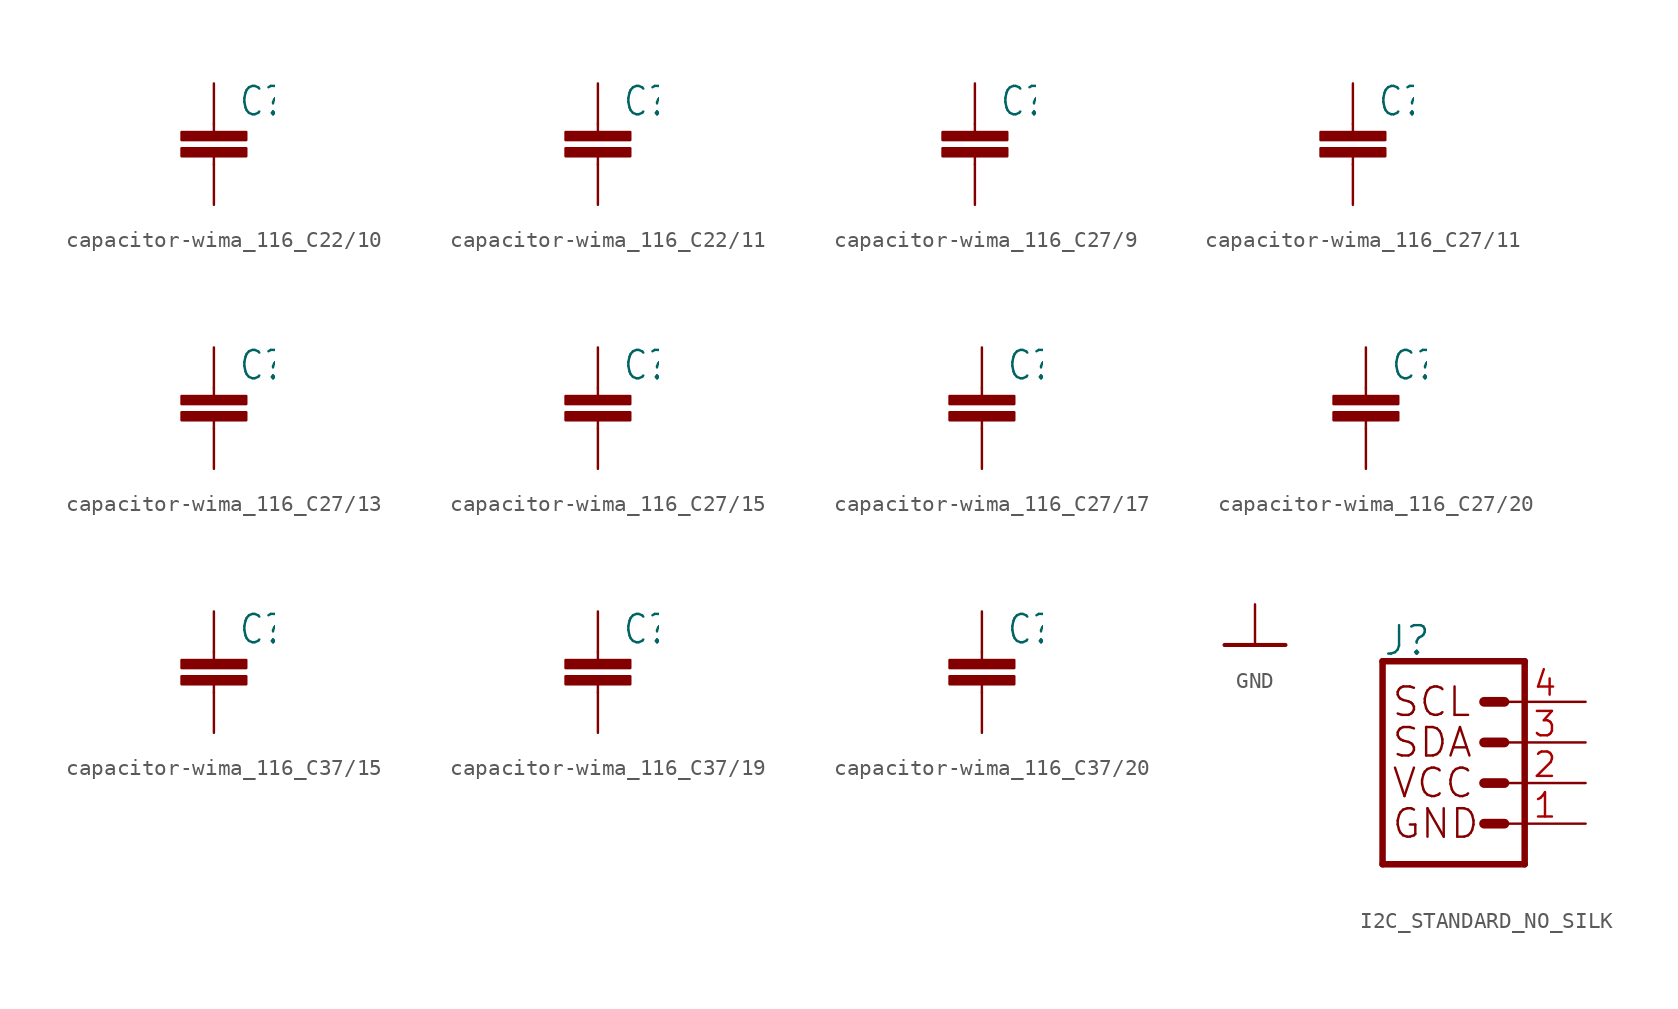
<source format=kicad_sym>
(kicad_symbol_lib
  (version 20241209)
  (generator "kicad_symbol_editor")
  (generator_version "9.0")
  (symbol "capacitor-wima_116_C22/10"
    (property "Reference" "C"
      (at 1.524 0.381 0)
      (effects (font (size 1.778 1.511)) (justify left bottom)))
    (property "Value" ""
      (at 1.524 -4.699 0)
      (effects (font (size 1.778 1.511)) (justify left bottom)))
    (property "ki_locked" ""
      (at 0 0 0)
      (effects (font (size 1.27 1.27))))
    (symbol "capacitor-wima_116_C22/10_1_0"
      (rectangle (start -2.032 -1.016) (end 2.032 -0.508) (stroke (width 0) (type default)) (fill (type outline)))
      (rectangle (start -2.032 -2.032) (end 2.032 -1.524) (stroke (width 0) (type default)) (fill (type outline)))
      (polyline (pts (xy 0 0) (xy 0 -0.508)) (stroke (width 0.152) (type solid)) (fill (type none)))
      (polyline (pts (xy 0 -2.54) (xy 0 -2.032)) (stroke (width 0.152) (type solid)) (fill (type none)))
      (pin passive line (at 0 2.54 270) (length 2.54) (name "1" (effects (font (size 0 0)))) (number "1" (effects (font (size 0 0)))))
      (pin passive line (at 0 -5.08 90) (length 2.54) (name "2" (effects (font (size 0 0)))) (number "2" (effects (font (size 0 0)))))))
  (symbol "capacitor-wima_116_C22/11"
    (property "Reference" "C"
      (at 1.524 0.381 0)
      (effects (font (size 1.778 1.511)) (justify left bottom)))
    (property "Value" ""
      (at 1.524 -4.699 0)
      (effects (font (size 1.778 1.511)) (justify left bottom)))
    (property "ki_locked" ""
      (at 0 0 0)
      (effects (font (size 1.27 1.27))))
    (symbol "capacitor-wima_116_C22/11_1_0"
      (rectangle (start -2.032 -1.016) (end 2.032 -0.508) (stroke (width 0) (type default)) (fill (type outline)))
      (rectangle (start -2.032 -2.032) (end 2.032 -1.524) (stroke (width 0) (type default)) (fill (type outline)))
      (polyline (pts (xy 0 0) (xy 0 -0.508)) (stroke (width 0.152) (type solid)) (fill (type none)))
      (polyline (pts (xy 0 -2.54) (xy 0 -2.032)) (stroke (width 0.152) (type solid)) (fill (type none)))
      (pin passive line (at 0 2.54 270) (length 2.54) (name "1" (effects (font (size 0 0)))) (number "1" (effects (font (size 0 0)))))
      (pin passive line (at 0 -5.08 90) (length 2.54) (name "2" (effects (font (size 0 0)))) (number "2" (effects (font (size 0 0)))))))
  (symbol "capacitor-wima_116_C27/9"
    (property "Reference" "C"
      (at 1.524 0.381 0)
      (effects (font (size 1.778 1.511)) (justify left bottom)))
    (property "Value" ""
      (at 1.524 -4.699 0)
      (effects (font (size 1.778 1.511)) (justify left bottom)))
    (property "ki_locked" ""
      (at 0 0 0)
      (effects (font (size 1.27 1.27))))
    (symbol "capacitor-wima_116_C27/9_1_0"
      (rectangle (start -2.032 -1.016) (end 2.032 -0.508) (stroke (width 0) (type default)) (fill (type outline)))
      (rectangle (start -2.032 -2.032) (end 2.032 -1.524) (stroke (width 0) (type default)) (fill (type outline)))
      (polyline (pts (xy 0 0) (xy 0 -0.508)) (stroke (width 0.152) (type solid)) (fill (type none)))
      (polyline (pts (xy 0 -2.54) (xy 0 -2.032)) (stroke (width 0.152) (type solid)) (fill (type none)))
      (pin passive line (at 0 2.54 270) (length 2.54) (name "1" (effects (font (size 0 0)))) (number "1" (effects (font (size 0 0)))))
      (pin passive line (at 0 -5.08 90) (length 2.54) (name "2" (effects (font (size 0 0)))) (number "2" (effects (font (size 0 0)))))))
  (symbol "capacitor-wima_116_C27/11"
    (property "Reference" "C"
      (at 1.524 0.381 0)
      (effects (font (size 1.778 1.511)) (justify left bottom)))
    (property "Value" ""
      (at 1.524 -4.699 0)
      (effects (font (size 1.778 1.511)) (justify left bottom)))
    (property "ki_locked" ""
      (at 0 0 0)
      (effects (font (size 1.27 1.27))))
    (symbol "capacitor-wima_116_C27/11_1_0"
      (rectangle (start -2.032 -1.016) (end 2.032 -0.508) (stroke (width 0) (type default)) (fill (type outline)))
      (rectangle (start -2.032 -2.032) (end 2.032 -1.524) (stroke (width 0) (type default)) (fill (type outline)))
      (polyline (pts (xy 0 0) (xy 0 -0.508)) (stroke (width 0.152) (type solid)) (fill (type none)))
      (polyline (pts (xy 0 -2.54) (xy 0 -2.032)) (stroke (width 0.152) (type solid)) (fill (type none)))
      (pin passive line (at 0 2.54 270) (length 2.54) (name "1" (effects (font (size 0 0)))) (number "1" (effects (font (size 0 0)))))
      (pin passive line (at 0 -5.08 90) (length 2.54) (name "2" (effects (font (size 0 0)))) (number "2" (effects (font (size 0 0)))))))
  (symbol "capacitor-wima_116_C27/13"
    (property "Reference" "C"
      (at 1.524 0.381 0)
      (effects (font (size 1.778 1.511)) (justify left bottom)))
    (property "Value" ""
      (at 1.524 -4.699 0)
      (effects (font (size 1.778 1.511)) (justify left bottom)))
    (property "ki_locked" ""
      (at 0 0 0)
      (effects (font (size 1.27 1.27))))
    (symbol "capacitor-wima_116_C27/13_1_0"
      (rectangle (start -2.032 -1.016) (end 2.032 -0.508) (stroke (width 0) (type default)) (fill (type outline)))
      (rectangle (start -2.032 -2.032) (end 2.032 -1.524) (stroke (width 0) (type default)) (fill (type outline)))
      (polyline (pts (xy 0 0) (xy 0 -0.508)) (stroke (width 0.152) (type solid)) (fill (type none)))
      (polyline (pts (xy 0 -2.54) (xy 0 -2.032)) (stroke (width 0.152) (type solid)) (fill (type none)))
      (pin passive line (at 0 2.54 270) (length 2.54) (name "1" (effects (font (size 0 0)))) (number "1" (effects (font (size 0 0)))))
      (pin passive line (at 0 -5.08 90) (length 2.54) (name "2" (effects (font (size 0 0)))) (number "2" (effects (font (size 0 0)))))))
  (symbol "capacitor-wima_116_C27/15"
    (property "Reference" "C"
      (at 1.524 0.381 0)
      (effects (font (size 1.778 1.511)) (justify left bottom)))
    (property "Value" ""
      (at 1.524 -4.699 0)
      (effects (font (size 1.778 1.511)) (justify left bottom)))
    (property "ki_locked" ""
      (at 0 0 0)
      (effects (font (size 1.27 1.27))))
    (symbol "capacitor-wima_116_C27/15_1_0"
      (rectangle (start -2.032 -1.016) (end 2.032 -0.508) (stroke (width 0) (type default)) (fill (type outline)))
      (rectangle (start -2.032 -2.032) (end 2.032 -1.524) (stroke (width 0) (type default)) (fill (type outline)))
      (polyline (pts (xy 0 0) (xy 0 -0.508)) (stroke (width 0.152) (type solid)) (fill (type none)))
      (polyline (pts (xy 0 -2.54) (xy 0 -2.032)) (stroke (width 0.152) (type solid)) (fill (type none)))
      (pin passive line (at 0 2.54 270) (length 2.54) (name "1" (effects (font (size 0 0)))) (number "1" (effects (font (size 0 0)))))
      (pin passive line (at 0 -5.08 90) (length 2.54) (name "2" (effects (font (size 0 0)))) (number "2" (effects (font (size 0 0)))))))
  (symbol "capacitor-wima_116_C27/17"
    (property "Reference" "C"
      (at 1.524 0.381 0)
      (effects (font (size 1.778 1.511)) (justify left bottom)))
    (property "Value" ""
      (at 1.524 -4.699 0)
      (effects (font (size 1.778 1.511)) (justify left bottom)))
    (property "ki_locked" ""
      (at 0 0 0)
      (effects (font (size 1.27 1.27))))
    (symbol "capacitor-wima_116_C27/17_1_0"
      (rectangle (start -2.032 -1.016) (end 2.032 -0.508) (stroke (width 0) (type default)) (fill (type outline)))
      (rectangle (start -2.032 -2.032) (end 2.032 -1.524) (stroke (width 0) (type default)) (fill (type outline)))
      (polyline (pts (xy 0 0) (xy 0 -0.508)) (stroke (width 0.152) (type solid)) (fill (type none)))
      (polyline (pts (xy 0 -2.54) (xy 0 -2.032)) (stroke (width 0.152) (type solid)) (fill (type none)))
      (pin passive line (at 0 2.54 270) (length 2.54) (name "1" (effects (font (size 0 0)))) (number "1" (effects (font (size 0 0)))))
      (pin passive line (at 0 -5.08 90) (length 2.54) (name "2" (effects (font (size 0 0)))) (number "2" (effects (font (size 0 0)))))))
  (symbol "capacitor-wima_116_C27/20"
    (property "Reference" "C"
      (at 1.524 0.381 0)
      (effects (font (size 1.778 1.511)) (justify left bottom)))
    (property "Value" ""
      (at 1.524 -4.699 0)
      (effects (font (size 1.778 1.511)) (justify left bottom)))
    (property "ki_locked" ""
      (at 0 0 0)
      (effects (font (size 1.27 1.27))))
    (symbol "capacitor-wima_116_C27/20_1_0"
      (rectangle (start -2.032 -1.016) (end 2.032 -0.508) (stroke (width 0) (type default)) (fill (type outline)))
      (rectangle (start -2.032 -2.032) (end 2.032 -1.524) (stroke (width 0) (type default)) (fill (type outline)))
      (polyline (pts (xy 0 0) (xy 0 -0.508)) (stroke (width 0.152) (type solid)) (fill (type none)))
      (polyline (pts (xy 0 -2.54) (xy 0 -2.032)) (stroke (width 0.152) (type solid)) (fill (type none)))
      (pin passive line (at 0 2.54 270) (length 2.54) (name "1" (effects (font (size 0 0)))) (number "1" (effects (font (size 0 0)))))
      (pin passive line (at 0 -5.08 90) (length 2.54) (name "2" (effects (font (size 0 0)))) (number "2" (effects (font (size 0 0)))))))
  (symbol "capacitor-wima_116_C37/15"
    (property "Reference" "C"
      (at 1.524 0.381 0)
      (effects (font (size 1.778 1.511)) (justify left bottom)))
    (property "Value" ""
      (at 1.524 -4.699 0)
      (effects (font (size 1.778 1.511)) (justify left bottom)))
    (property "ki_locked" ""
      (at 0 0 0)
      (effects (font (size 1.27 1.27))))
    (symbol "capacitor-wima_116_C37/15_1_0"
      (rectangle (start -2.032 -1.016) (end 2.032 -0.508) (stroke (width 0) (type default)) (fill (type outline)))
      (rectangle (start -2.032 -2.032) (end 2.032 -1.524) (stroke (width 0) (type default)) (fill (type outline)))
      (polyline (pts (xy 0 0) (xy 0 -0.508)) (stroke (width 0.152) (type solid)) (fill (type none)))
      (polyline (pts (xy 0 -2.54) (xy 0 -2.032)) (stroke (width 0.152) (type solid)) (fill (type none)))
      (pin passive line (at 0 2.54 270) (length 2.54) (name "1" (effects (font (size 0 0)))) (number "1" (effects (font (size 0 0)))))
      (pin passive line (at 0 -5.08 90) (length 2.54) (name "2" (effects (font (size 0 0)))) (number "2" (effects (font (size 0 0)))))))
  (symbol "capacitor-wima_116_C37/19"
    (property "Reference" "C"
      (at 1.524 0.381 0)
      (effects (font (size 1.778 1.511)) (justify left bottom)))
    (property "Value" ""
      (at 1.524 -4.699 0)
      (effects (font (size 1.778 1.511)) (justify left bottom)))
    (property "ki_locked" ""
      (at 0 0 0)
      (effects (font (size 1.27 1.27))))
    (symbol "capacitor-wima_116_C37/19_1_0"
      (rectangle (start -2.032 -1.016) (end 2.032 -0.508) (stroke (width 0) (type default)) (fill (type outline)))
      (rectangle (start -2.032 -2.032) (end 2.032 -1.524) (stroke (width 0) (type default)) (fill (type outline)))
      (polyline (pts (xy 0 0) (xy 0 -0.508)) (stroke (width 0.152) (type solid)) (fill (type none)))
      (polyline (pts (xy 0 -2.54) (xy 0 -2.032)) (stroke (width 0.152) (type solid)) (fill (type none)))
      (pin passive line (at 0 2.54 270) (length 2.54) (name "1" (effects (font (size 0 0)))) (number "1" (effects (font (size 0 0)))))
      (pin passive line (at 0 -5.08 90) (length 2.54) (name "2" (effects (font (size 0 0)))) (number "2" (effects (font (size 0 0)))))))
  (symbol "capacitor-wima_116_C37/20"
    (property "Reference" "C"
      (at 1.524 0.381 0)
      (effects (font (size 1.778 1.511)) (justify left bottom)))
    (property "Value" ""
      (at 1.524 -4.699 0)
      (effects (font (size 1.778 1.511)) (justify left bottom)))
    (property "ki_locked" ""
      (at 0 0 0)
      (effects (font (size 1.27 1.27))))
    (symbol "capacitor-wima_116_C37/20_1_0"
      (rectangle (start -2.032 -1.016) (end 2.032 -0.508) (stroke (width 0) (type default)) (fill (type outline)))
      (rectangle (start -2.032 -2.032) (end 2.032 -1.524) (stroke (width 0) (type default)) (fill (type outline)))
      (polyline (pts (xy 0 0) (xy 0 -0.508)) (stroke (width 0.152) (type solid)) (fill (type none)))
      (polyline (pts (xy 0 -2.54) (xy 0 -2.032)) (stroke (width 0.152) (type solid)) (fill (type none)))
      (pin passive line (at 0 2.54 270) (length 2.54) (name "1" (effects (font (size 0 0)))) (number "1" (effects (font (size 0 0)))))
      (pin passive line (at 0 -5.08 90) (length 2.54) (name "2" (effects (font (size 0 0)))) (number "2" (effects (font (size 0 0)))))))
  (symbol "GND"
    (power)
    (property "Reference" "#GND"
      (at 0 0 0)
      (effects (font (size 1.27 1.27)) (hide yes)))
    (property "Value" ""
      (at 0 -0.254 0)
      (effects (font (size 1.778 1.778)) (justify top)))
    (property "ki_locked" ""
      (at 0 0 0)
      (effects (font (size 1.27 1.27))))
    (symbol "GND_1_0"
      (polyline (pts (xy -1.905 0) (xy 1.905 0)) (stroke (width 0.254) (type solid)) (fill (type none)))
      (pin power_in line (at 0 2.54 270) (length 2.54) (name "GND" (effects (font (size 0 0)))) (number "1" (effects (font (size 0 0)))))))
  (symbol "I2C_STANDARD_NO_SILK"
    (property "Reference" "J"
      (at -5.08 7.874 0)
      (effects (font (size 1.778 1.778)) (justify left bottom)))
    (property "Value" ""
      (at -5.08 -5.334 0)
      (effects (font (size 1.778 1.778)) (justify left top)))
    (property "ki_locked" ""
      (at 0 0 0)
      (effects (font (size 1.27 1.27))))
    (symbol "I2C_STANDARD_NO_SILK_1_0"
      (polyline (pts (xy -5.08 7.62) (xy -5.08 -5.08)) (stroke (width 0.406) (type solid)) (fill (type none)))
      (polyline (pts (xy -5.08 7.62) (xy 3.81 7.62)) (stroke (width 0.406) (type solid)) (fill (type none)))
      (polyline (pts (xy 1.27 5.08) (xy 2.54 5.08)) (stroke (width 0.61) (type solid)) (fill (type none)))
      (polyline (pts (xy 1.27 2.54) (xy 2.54 2.54)) (stroke (width 0.61) (type solid)) (fill (type none)))
      (polyline (pts (xy 1.27 0) (xy 2.54 0)) (stroke (width 0.61) (type solid)) (fill (type none)))
      (polyline (pts (xy 1.27 -2.54) (xy 2.54 -2.54)) (stroke (width 0.61) (type solid)) (fill (type none)))
      (polyline (pts (xy 3.81 -5.08) (xy -5.08 -5.08)) (stroke (width 0.406) (type solid)) (fill (type none)))
      (polyline (pts (xy 3.81 -5.08) (xy 3.81 7.62)) (stroke (width 0.406) (type solid)) (fill (type none)))
      (text "SCL" (at -4.572 5.08 0) (effects (font (size 1.778 1.778)) (justify left)))
      (text "SDA" (at -4.572 2.54 0) (effects (font (size 1.778 1.778)) (justify left)))
      (text "VCC" (at -4.572 0 0) (effects (font (size 1.778 1.778)) (justify left)))
      (text "GND" (at -4.572 -2.54 0) (effects (font (size 1.778 1.778)) (justify left)))
      (pin passive line (at 7.62 5.08 180) (length 5.08) (name "SCL" (effects (font (size 0 0)))) (number "4" (effects (font (size 1.524 1.524)))))
      (pin passive line (at 7.62 2.54 180) (length 5.08) (name "SDA" (effects (font (size 0 0)))) (number "3" (effects (font (size 1.524 1.524)))))
      (pin power_in line (at 7.62 0 180) (length 5.08) (name "VCC" (effects (font (size 0 0)))) (number "2" (effects (font (size 1.524 1.524)))))
      (pin power_in line (at 7.62 -2.54 180) (length 5.08) (name "GND" (effects (font (size 0 0)))) (number "1" (effects (font (size 1.524 1.524))))))))
</source>
